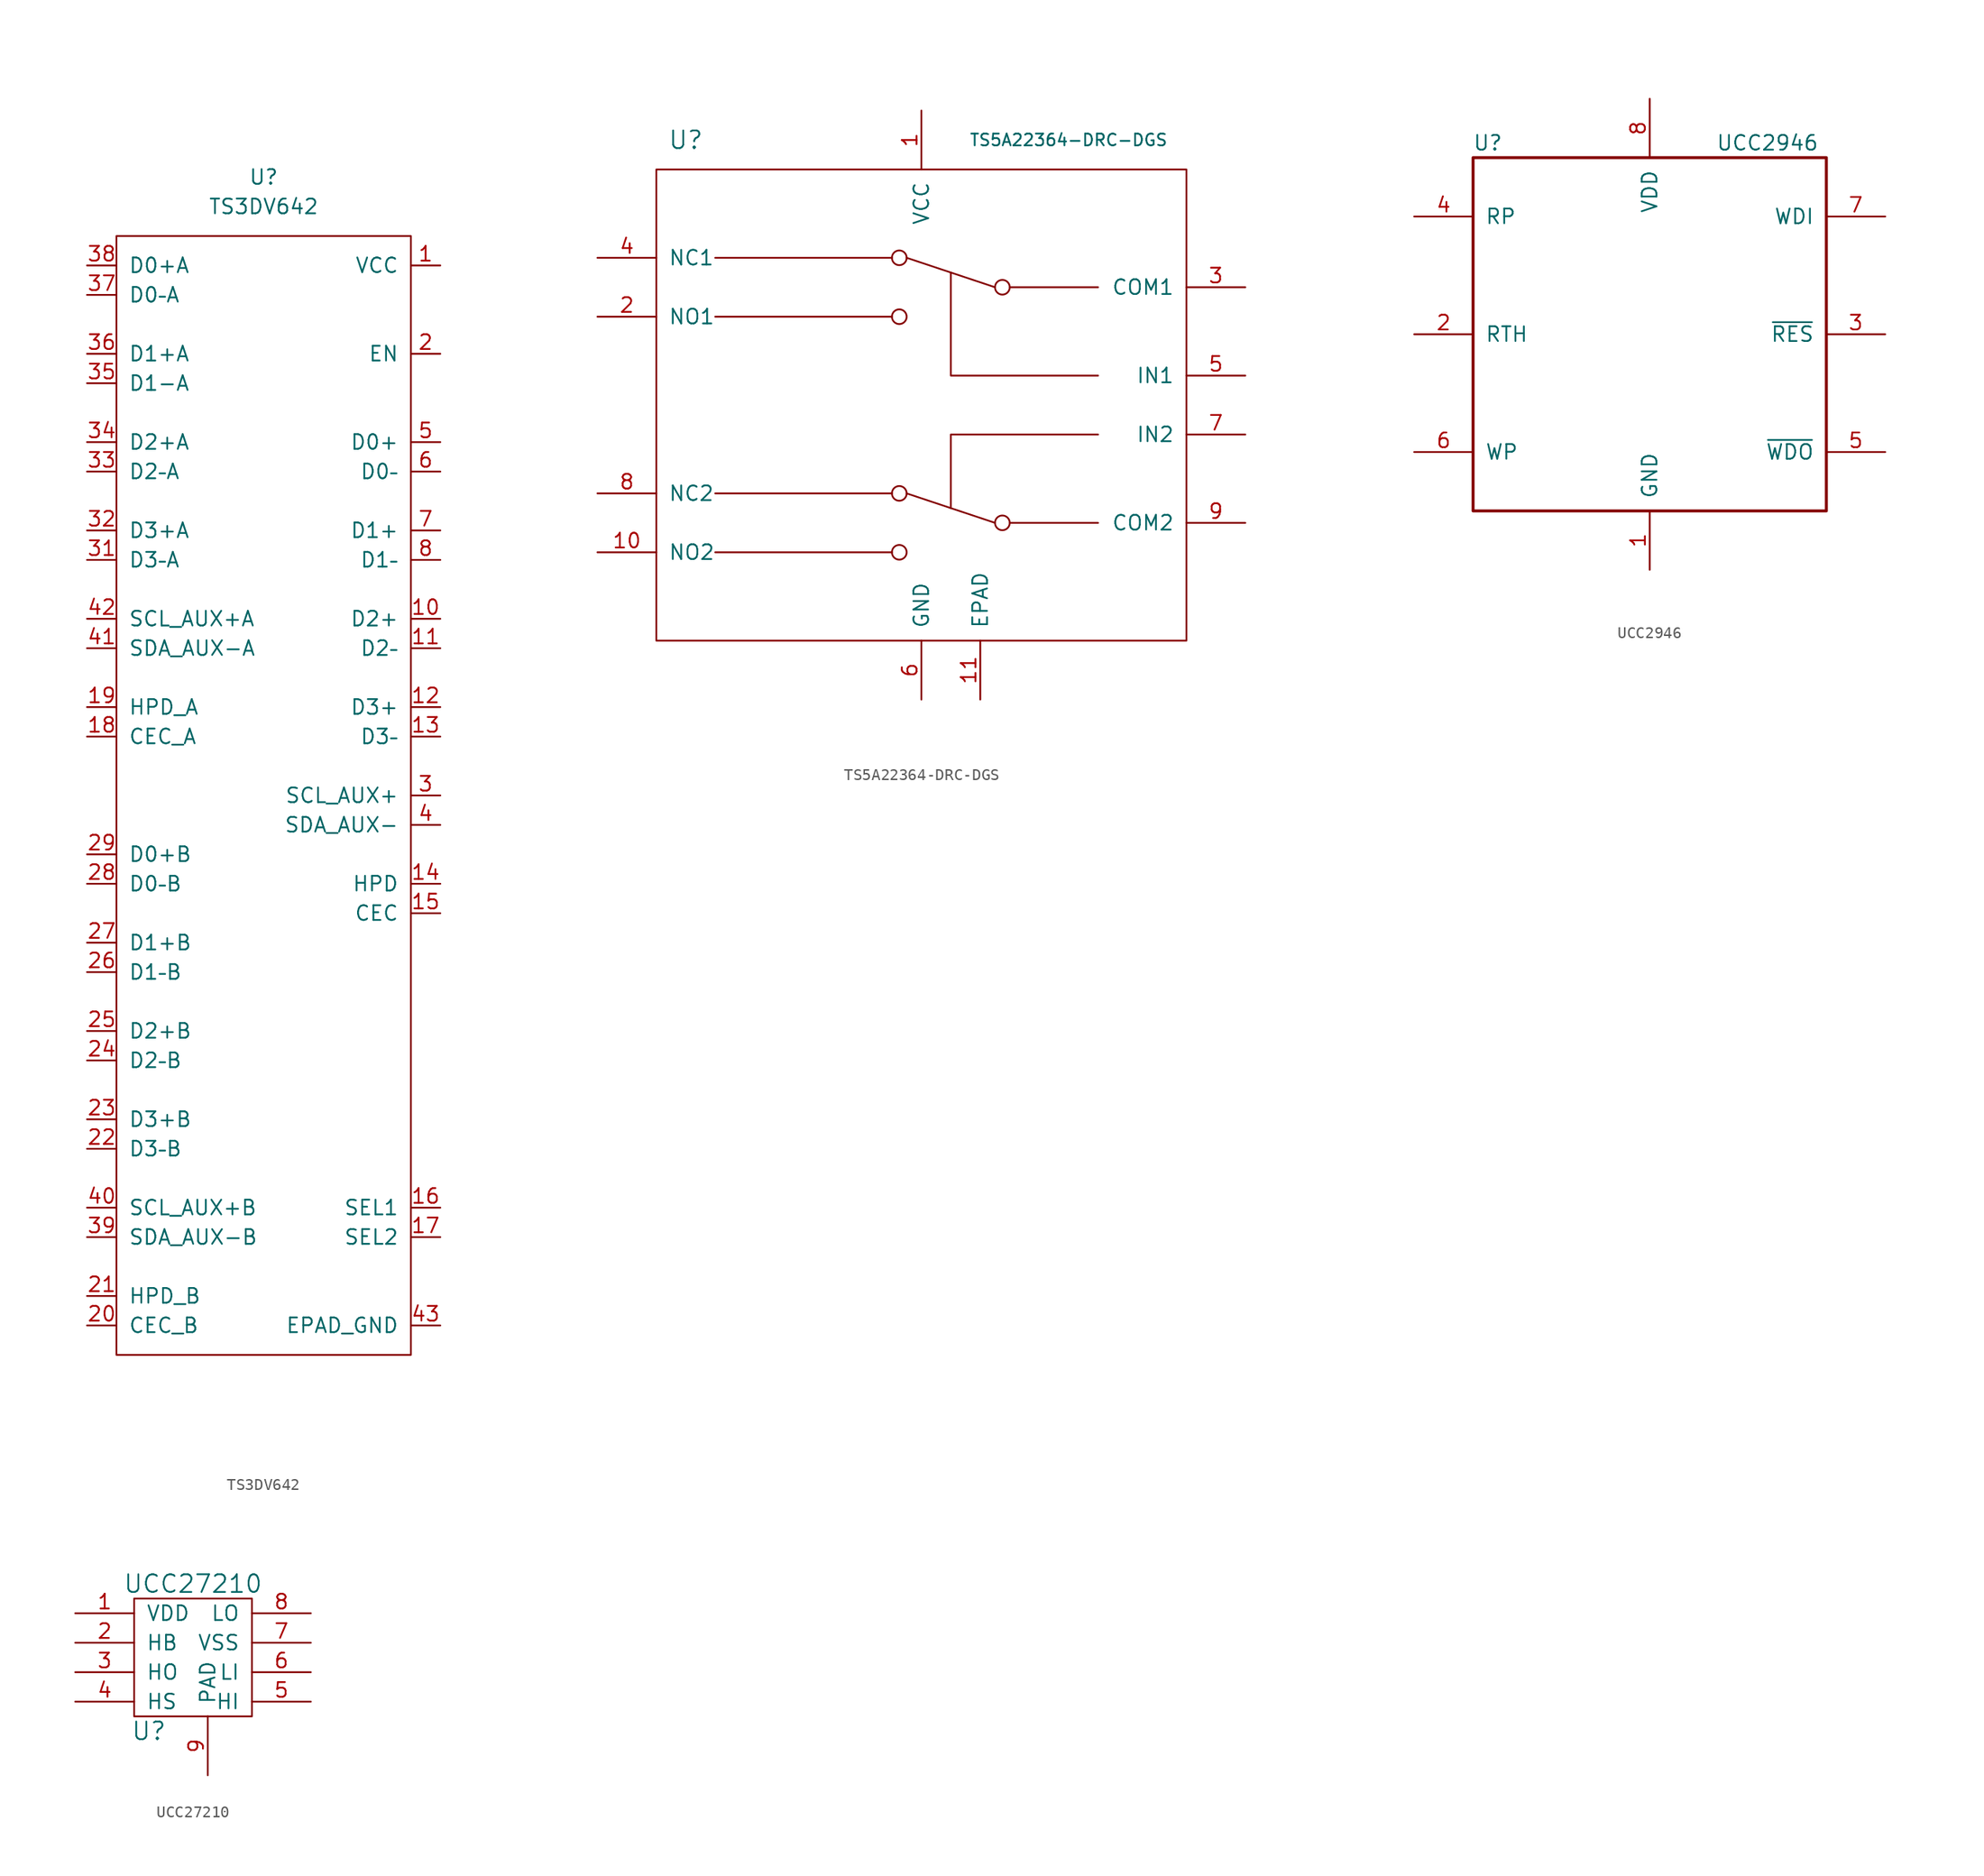
<source format=kicad_sym>
(kicad_symbol_lib
  (version 20211014)
  (generator kicad_symbol_editor)
  (symbol "TS3DV642"
    (pin_names
      (offset 1.016))
    (property "Reference" "U"
      (at 0 53.34 0)
      (effects (font (size 1.27 1.27))))
    (property "Value" "TS3DV642"
      (at 0 50.8 0)
      (effects (font (size 1.27 1.27))))
    (symbol "TS3DV642_0_0"
      (pin unspecified line (at 15.24 45.72 180) (length 2.54) (name "VCC" (effects (font (size 1.27 1.27)))) (number "1" (effects (font (size 1.27 1.27)))))
      (pin unspecified line (at 15.24 15.24 180) (length 2.54) (name "D2+" (effects (font (size 1.27 1.27)))) (number "10" (effects (font (size 1.27 1.27)))))
      (pin unspecified line (at 15.24 12.7 180) (length 2.54) (name "D2–" (effects (font (size 1.27 1.27)))) (number "11" (effects (font (size 1.27 1.27)))))
      (pin unspecified line (at 15.24 7.62 180) (length 2.54) (name "D3+" (effects (font (size 1.27 1.27)))) (number "12" (effects (font (size 1.27 1.27)))))
      (pin unspecified line (at 15.24 5.08 180) (length 2.54) (name "D3–" (effects (font (size 1.27 1.27)))) (number "13" (effects (font (size 1.27 1.27)))))
      (pin unspecified line (at 15.24 -7.62 180) (length 2.54) (name "HPD" (effects (font (size 1.27 1.27)))) (number "14" (effects (font (size 1.27 1.27)))))
      (pin unspecified line (at 15.24 -10.16 180) (length 2.54) (name "CEC" (effects (font (size 1.27 1.27)))) (number "15" (effects (font (size 1.27 1.27)))))
      (pin unspecified line (at 15.24 -35.56 180) (length 2.54) (name "SEL1" (effects (font (size 1.27 1.27)))) (number "16" (effects (font (size 1.27 1.27)))))
      (pin unspecified line (at 15.24 -38.1 180) (length 2.54) (name "SEL2" (effects (font (size 1.27 1.27)))) (number "17" (effects (font (size 1.27 1.27)))))
      (pin unspecified line (at -15.24 5.08 0) (length 2.54) (name "CEC_A" (effects (font (size 1.27 1.27)))) (number "18" (effects (font (size 1.27 1.27)))))
      (pin unspecified line (at -15.24 7.62 0) (length 2.54) (name "HPD_A" (effects (font (size 1.27 1.27)))) (number "19" (effects (font (size 1.27 1.27)))))
      (pin unspecified line (at 15.24 38.1 180) (length 2.54) (name "EN" (effects (font (size 1.27 1.27)))) (number "2" (effects (font (size 1.27 1.27)))))
      (pin unspecified line (at -15.24 -45.72 0) (length 2.54) (name "CEC_B" (effects (font (size 1.27 1.27)))) (number "20" (effects (font (size 1.27 1.27)))))
      (pin unspecified line (at -15.24 -43.18 0) (length 2.54) (name "HPD_B" (effects (font (size 1.27 1.27)))) (number "21" (effects (font (size 1.27 1.27)))))
      (pin unspecified line (at -15.24 -30.48 0) (length 2.54) (name "D3–B" (effects (font (size 1.27 1.27)))) (number "22" (effects (font (size 1.27 1.27)))))
      (pin unspecified line (at -15.24 -27.94 0) (length 2.54) (name "D3+B" (effects (font (size 1.27 1.27)))) (number "23" (effects (font (size 1.27 1.27)))))
      (pin unspecified line (at -15.24 -22.86 0) (length 2.54) (name "D2–B" (effects (font (size 1.27 1.27)))) (number "24" (effects (font (size 1.27 1.27)))))
      (pin unspecified line (at -15.24 -20.32 0) (length 2.54) (name "D2+B" (effects (font (size 1.27 1.27)))) (number "25" (effects (font (size 1.27 1.27)))))
      (pin unspecified line (at -15.24 -15.24 0) (length 2.54) (name "D1–B" (effects (font (size 1.27 1.27)))) (number "26" (effects (font (size 1.27 1.27)))))
      (pin unspecified line (at -15.24 -12.7 0) (length 2.54) (name "D1+B" (effects (font (size 1.27 1.27)))) (number "27" (effects (font (size 1.27 1.27)))))
      (pin unspecified line (at -15.24 -7.62 0) (length 2.54) (name "D0–B" (effects (font (size 1.27 1.27)))) (number "28" (effects (font (size 1.27 1.27)))))
      (pin unspecified line (at -15.24 -5.08 0) (length 2.54) (name "D0+B" (effects (font (size 1.27 1.27)))) (number "29" (effects (font (size 1.27 1.27)))))
      (pin unspecified line (at 15.24 0 180) (length 2.54) (name "SCL_AUX+" (effects (font (size 1.27 1.27)))) (number "3" (effects (font (size 1.27 1.27)))))
      (pin no_connect line (at 15.24 -22.86 180) (length 2.54) hide (name "NC" (effects (font (size 1.27 1.27)))) (number "30" (effects (font (size 1.27 1.27)))))
      (pin unspecified line (at -15.24 20.32 0) (length 2.54) (name "D3–A" (effects (font (size 1.27 1.27)))) (number "31" (effects (font (size 1.27 1.27)))))
      (pin unspecified line (at -15.24 22.86 0) (length 2.54) (name "D3+A" (effects (font (size 1.27 1.27)))) (number "32" (effects (font (size 1.27 1.27)))))
      (pin unspecified line (at -15.24 27.94 0) (length 2.54) (name "D2–A" (effects (font (size 1.27 1.27)))) (number "33" (effects (font (size 1.27 1.27)))))
      (pin unspecified line (at -15.24 30.48 0) (length 2.54) (name "D2+A" (effects (font (size 1.27 1.27)))) (number "34" (effects (font (size 1.27 1.27)))))
      (pin unspecified line (at -15.24 35.56 0) (length 2.54) (name "D1-A" (effects (font (size 1.27 1.27)))) (number "35" (effects (font (size 1.27 1.27)))))
      (pin unspecified line (at -15.24 38.1 0) (length 2.54) (name "D1+A" (effects (font (size 1.27 1.27)))) (number "36" (effects (font (size 1.27 1.27)))))
      (pin unspecified line (at -15.24 43.18 0) (length 2.54) (name "D0–A" (effects (font (size 1.27 1.27)))) (number "37" (effects (font (size 1.27 1.27)))))
      (pin unspecified line (at -15.24 45.72 0) (length 2.54) (name "D0+A" (effects (font (size 1.27 1.27)))) (number "38" (effects (font (size 1.27 1.27)))))
      (pin unspecified line (at -15.24 -38.1 0) (length 2.54) (name "SDA_AUX-B" (effects (font (size 1.27 1.27)))) (number "39" (effects (font (size 1.27 1.27)))))
      (pin unspecified line (at 15.24 -2.54 180) (length 2.54) (name "SDA_AUX-" (effects (font (size 1.27 1.27)))) (number "4" (effects (font (size 1.27 1.27)))))
      (pin unspecified line (at -15.24 -35.56 0) (length 2.54) (name "SCL_AUX+B" (effects (font (size 1.27 1.27)))) (number "40" (effects (font (size 1.27 1.27)))))
      (pin unspecified line (at -15.24 12.7 0) (length 2.54) (name "SDA_AUX-A" (effects (font (size 1.27 1.27)))) (number "41" (effects (font (size 1.27 1.27)))))
      (pin unspecified line (at -15.24 15.24 0) (length 2.54) (name "SCL_AUX+A" (effects (font (size 1.27 1.27)))) (number "42" (effects (font (size 1.27 1.27)))))
      (pin unspecified line (at 15.24 -45.72 180) (length 2.54) (name "EPAD_GND" (effects (font (size 1.27 1.27)))) (number "43" (effects (font (size 1.27 1.27)))))
      (pin unspecified line (at 15.24 30.48 180) (length 2.54) (name "D0+" (effects (font (size 1.27 1.27)))) (number "5" (effects (font (size 1.27 1.27)))))
      (pin unspecified line (at 15.24 27.94 180) (length 2.54) (name "D0–" (effects (font (size 1.27 1.27)))) (number "6" (effects (font (size 1.27 1.27)))))
      (pin unspecified line (at 15.24 22.86 180) (length 2.54) (name "D1+" (effects (font (size 1.27 1.27)))) (number "7" (effects (font (size 1.27 1.27)))))
      (pin unspecified line (at 15.24 20.32 180) (length 2.54) (name "D1–" (effects (font (size 1.27 1.27)))) (number "8" (effects (font (size 1.27 1.27)))))
      (pin no_connect line (at 15.24 -20.32 180) (length 2.54) hide (name "NC" (effects (font (size 1.27 1.27)))) (number "9" (effects (font (size 1.27 1.27))))))
    (symbol "TS3DV642_0_1"
      (rectangle (start -12.7 48.26) (end 12.7 -48.26) (stroke (width 0) (type default) (color 0 0 0 0)) (fill (type none)))))
  (symbol "TS5A22364-DRC-DGS"
    (pin_names
      (offset 1.016))
    (property "Reference" "U"
      (at -20.32 22.86 0)
      (effects (font (size 1.524 1.524))))
    (property "Value" "TS5A22364-DRC-DGS"
      (at 12.7 22.86 0)
      (effects (font (size 1.016 1.016))))
    (symbol "TS5A22364-DRC-DGS_0_1"
      (rectangle (start -22.86 -20.32) (end 22.86 20.32) (stroke (width 0) (type default) (color 0 0 0 0)) (fill (type none)))
      (circle (center -1.905 -12.7) (radius 0.635) (stroke (width 0) (type default) (color 0 0 0 0)) (fill (type none)))
      (circle (center -1.905 -7.62) (radius 0.635) (stroke (width 0) (type default) (color 0 0 0 0)) (fill (type none)))
      (circle (center -1.905 7.62) (radius 0.635) (stroke (width 0) (type default) (color 0 0 0 0)) (fill (type none)))
      (circle (center -1.905 12.7) (radius 0.635) (stroke (width 0) (type default) (color 0 0 0 0)) (fill (type none)))
      (polyline (pts (xy -17.78 -12.7) (xy -2.54 -12.7)) (stroke (width 0) (type default) (color 0 0 0 0)) (fill (type none)))
      (polyline (pts (xy -17.78 7.62) (xy -2.54 7.62)) (stroke (width 0) (type default) (color 0 0 0 0)) (fill (type none)))
      (polyline (pts (xy -2.54 -7.62) (xy -17.78 -7.62)) (stroke (width 0) (type default) (color 0 0 0 0)) (fill (type none)))
      (polyline (pts (xy -2.54 12.7) (xy -17.78 12.7)) (stroke (width 0) (type default) (color 0 0 0 0)) (fill (type none)))
      (polyline (pts (xy 6.35 -10.16) (xy -1.27 -7.62)) (stroke (width 0) (type default) (color 0 0 0 0)) (fill (type none)))
      (polyline (pts (xy 6.35 10.16) (xy -1.27 12.7)) (stroke (width 0) (type default) (color 0 0 0 0)) (fill (type none)))
      (polyline (pts (xy 7.62 -10.16) (xy 15.24 -10.16)) (stroke (width 0) (type default) (color 0 0 0 0)) (fill (type none)))
      (polyline (pts (xy 7.62 10.16) (xy 15.24 10.16)) (stroke (width 0) (type default) (color 0 0 0 0)) (fill (type none)))
      (polyline (pts (xy 2.54 -8.89) (xy 2.54 -2.54) (xy 15.24 -2.54)) (stroke (width 0) (type default) (color 0 0 0 0)) (fill (type none)))
      (polyline (pts (xy 15.24 2.54) (xy 2.54 2.54) (xy 2.54 11.43)) (stroke (width 0) (type default) (color 0 0 0 0)) (fill (type none)))
      (circle (center 6.985 -10.16) (radius 0.635) (stroke (width 0) (type default) (color 0 0 0 0)) (fill (type none)))
      (circle (center 6.985 10.16) (radius 0.635) (stroke (width 0) (type default) (color 0 0 0 0)) (fill (type none))))
    (symbol "TS5A22364-DRC-DGS_1_1"
      (pin power_in line (at 0 25.4 270) (length 5.08) (name "VCC" (effects (font (size 1.27 1.27)))) (number "1" (effects (font (size 1.27 1.27)))))
      (pin bidirectional line (at -27.94 -12.7 0) (length 5.08) (name "NO2" (effects (font (size 1.27 1.27)))) (number "10" (effects (font (size 1.27 1.27)))))
      (pin passive line (at 5.08 -25.4 90) (length 5.08) (name "EPAD" (effects (font (size 1.27 1.27)))) (number "11" (effects (font (size 1.27 1.27)))))
      (pin bidirectional line (at -27.94 7.62 0) (length 5.08) (name "NO1" (effects (font (size 1.27 1.27)))) (number "2" (effects (font (size 1.27 1.27)))))
      (pin bidirectional line (at 27.94 10.16 180) (length 5.08) (name "COM1" (effects (font (size 1.27 1.27)))) (number "3" (effects (font (size 1.27 1.27)))))
      (pin bidirectional line (at -27.94 12.7 0) (length 5.08) (name "NC1" (effects (font (size 1.27 1.27)))) (number "4" (effects (font (size 1.27 1.27)))))
      (pin input line (at 27.94 2.54 180) (length 5.08) (name "IN1" (effects (font (size 1.27 1.27)))) (number "5" (effects (font (size 1.27 1.27)))))
      (pin power_in line (at 0 -25.4 90) (length 5.08) (name "GND" (effects (font (size 1.27 1.27)))) (number "6" (effects (font (size 1.27 1.27)))))
      (pin input line (at 27.94 -2.54 180) (length 5.08) (name "IN2" (effects (font (size 1.27 1.27)))) (number "7" (effects (font (size 1.27 1.27)))))
      (pin bidirectional line (at -27.94 -7.62 0) (length 5.08) (name "NC2" (effects (font (size 1.27 1.27)))) (number "8" (effects (font (size 1.27 1.27)))))
      (pin bidirectional line (at 27.94 -10.16 180) (length 5.08) (name "COM2" (effects (font (size 1.27 1.27)))) (number "9" (effects (font (size 1.27 1.27)))))))
  (symbol "UCC2946"
    (pin_names
      (offset 1.016))
    (property "Reference" "U"
      (at -13.97 16.51 0)
      (effects (font (size 1.27 1.27))))
    (property "Value" "UCC2946"
      (at 10.16 16.51 0)
      (effects (font (size 1.27 1.27))))
    (symbol "UCC2946_0_1"
      (rectangle (start -15.24 15.24) (end 15.24 -15.24) (stroke (width 0.254) (type default) (color 0 0 0 0)) (fill (type none))))
    (symbol "UCC2946_1_1"
      (pin input line (at 0 -20.32 90) (length 5.08) (name "GND" (effects (font (size 1.27 1.27)))) (number "1" (effects (font (size 1.27 1.27)))))
      (pin input line (at -20.32 0 0) (length 5.08) (name "RTH" (effects (font (size 1.27 1.27)))) (number "2" (effects (font (size 1.27 1.27)))))
      (pin input line (at 20.32 0 180) (length 5.08) (name "~{RES}" (effects (font (size 1.27 1.27)))) (number "3" (effects (font (size 1.27 1.27)))))
      (pin input line (at -20.32 10.16 0) (length 5.08) (name "RP" (effects (font (size 1.27 1.27)))) (number "4" (effects (font (size 1.27 1.27)))))
      (pin input line (at 20.32 -10.16 180) (length 5.08) (name "~{WDO}" (effects (font (size 1.27 1.27)))) (number "5" (effects (font (size 1.27 1.27)))))
      (pin input line (at -20.32 -10.16 0) (length 5.08) (name "WP" (effects (font (size 1.27 1.27)))) (number "6" (effects (font (size 1.27 1.27)))))
      (pin input line (at 20.32 10.16 180) (length 5.08) (name "WDI" (effects (font (size 1.27 1.27)))) (number "7" (effects (font (size 1.27 1.27)))))
      (pin input line (at 0 20.32 270) (length 5.08) (name "VDD" (effects (font (size 1.27 1.27)))) (number "8" (effects (font (size 1.27 1.27)))))))
  (symbol "UCC27210"
    (pin_names
      (offset 1.016))
    (property "Reference" "U"
      (at -3.81 -6.35 0)
      (effects (font (size 1.524 1.524))))
    (property "Value" "UCC27210"
      (at 0 6.35 0)
      (effects (font (size 1.524 1.524))))
    (symbol "UCC27210_0_1"
      (rectangle (start -5.08 5.08) (end 5.08 -5.08) (stroke (width 0) (type default) (color 0 0 0 0)) (fill (type none))))
    (symbol "UCC27210_1_1"
      (pin power_in line (at -10.16 3.81 0) (length 5.08) (name "VDD" (effects (font (size 1.27 1.27)))) (number "1" (effects (font (size 1.27 1.27)))))
      (pin power_in line (at -10.16 1.27 0) (length 5.08) (name "HB" (effects (font (size 1.27 1.27)))) (number "2" (effects (font (size 1.27 1.27)))))
      (pin output line (at -10.16 -1.27 0) (length 5.08) (name "HO" (effects (font (size 1.27 1.27)))) (number "3" (effects (font (size 1.27 1.27)))))
      (pin power_in line (at -10.16 -3.81 0) (length 5.08) (name "HS" (effects (font (size 1.27 1.27)))) (number "4" (effects (font (size 1.27 1.27)))))
      (pin input line (at 10.16 -3.81 180) (length 5.08) (name "HI" (effects (font (size 1.27 1.27)))) (number "5" (effects (font (size 1.27 1.27)))))
      (pin input line (at 10.16 -1.27 180) (length 5.08) (name "LI" (effects (font (size 1.27 1.27)))) (number "6" (effects (font (size 1.27 1.27)))))
      (pin power_in line (at 10.16 1.27 180) (length 5.08) (name "VSS" (effects (font (size 1.27 1.27)))) (number "7" (effects (font (size 1.27 1.27)))))
      (pin output line (at 10.16 3.81 180) (length 5.08) (name "LO" (effects (font (size 1.27 1.27)))) (number "8" (effects (font (size 1.27 1.27)))))
      (pin output line (at 1.27 -10.16 90) (length 5.08) (name "PAD" (effects (font (size 1.27 1.27)))) (number "9" (effects (font (size 1.27 1.27))))))))
</source>
